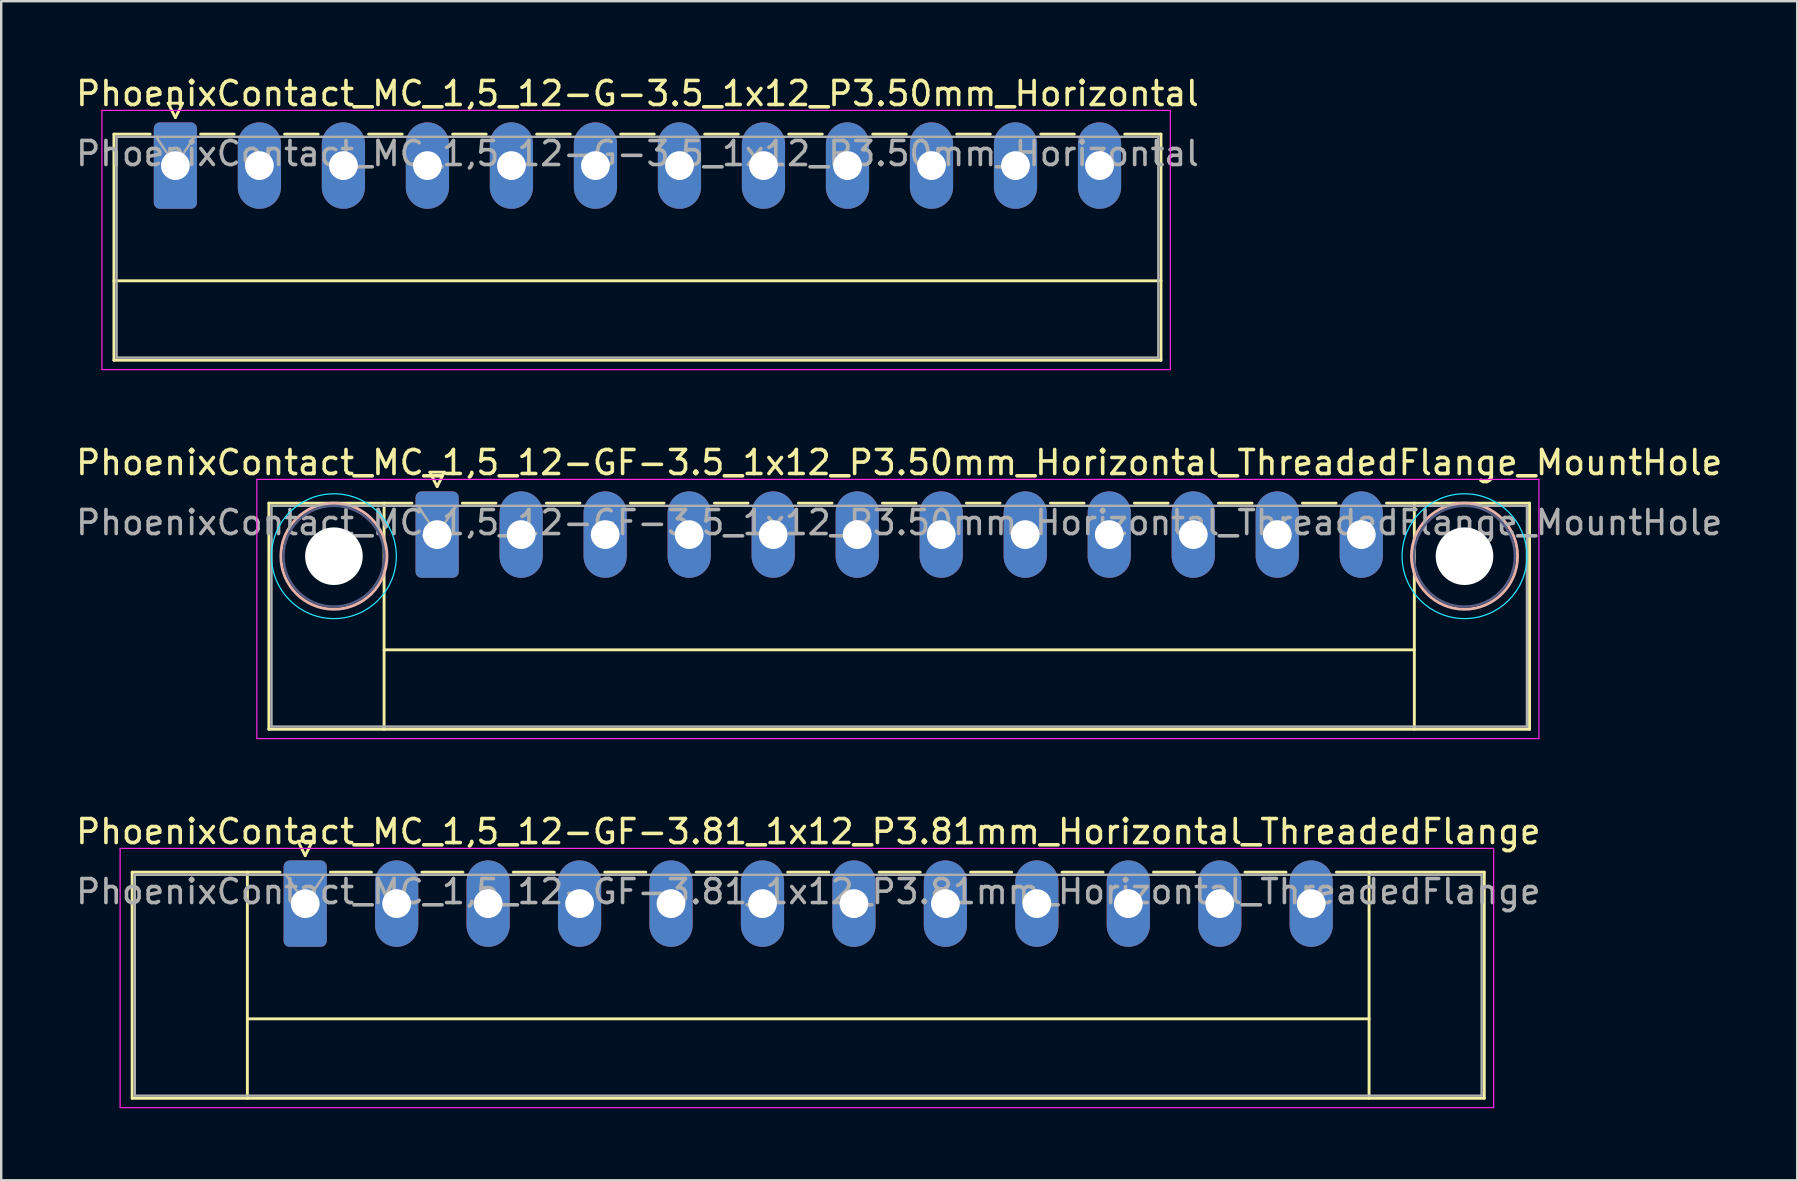
<source format=kicad_pcb>
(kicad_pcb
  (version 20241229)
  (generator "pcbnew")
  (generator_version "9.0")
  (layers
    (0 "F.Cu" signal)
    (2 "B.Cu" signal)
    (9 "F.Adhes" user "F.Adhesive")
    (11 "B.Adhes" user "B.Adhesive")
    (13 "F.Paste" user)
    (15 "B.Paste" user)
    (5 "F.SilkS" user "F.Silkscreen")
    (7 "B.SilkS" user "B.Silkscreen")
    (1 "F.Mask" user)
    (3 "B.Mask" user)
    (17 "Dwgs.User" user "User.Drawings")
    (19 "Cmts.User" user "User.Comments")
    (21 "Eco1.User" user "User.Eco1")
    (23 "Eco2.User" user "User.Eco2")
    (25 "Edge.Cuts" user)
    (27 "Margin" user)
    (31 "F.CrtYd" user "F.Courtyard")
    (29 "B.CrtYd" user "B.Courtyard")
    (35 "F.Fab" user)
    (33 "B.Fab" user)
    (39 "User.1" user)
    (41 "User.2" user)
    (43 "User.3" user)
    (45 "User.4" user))
  (footprint "PhoenixContact_MC_1,5_12-GF-3.5_1x12_P3.50mm_Horizontal_ThreadedFlange_MountHole"
    (layer "F.Cu")
    (at 15.161 19.221)
    (property "Reference" "PhoenixContact_MC_1,5_12-GF-3.5_1x12_P3.50mm_Horizontal_ThreadedFlange_MountHole" (at 19.25 -3 0) (layer "F.SilkS") (effects (font (size 1 1) (thickness 0.15))))
    (attr through_hole)
    (fp_line (start -7.01 -1.31) (end -7.01 8.11) (stroke (width 0.12) (type solid)) (layer "F.SilkS"))
    (fp_line (start -7.01 -1.31) (end -1.05 -1.31) (stroke (width 0.12) (type solid)) (layer "F.SilkS"))
    (fp_line (start -7.01 8.11) (end 45.51 8.11) (stroke (width 0.12) (type solid)) (layer "F.SilkS"))
    (fp_line (start -2.21 -1.31) (end -2.21 8.11) (stroke (width 0.12) (type solid)) (layer "F.SilkS"))
    (fp_line (start -2.21 4.8) (end 40.71 4.8) (stroke (width 0.12) (type solid)) (layer "F.SilkS"))
    (fp_line (start -0.3 -2.6) (end 0.3 -2.6) (stroke (width 0.12) (type solid)) (layer "F.SilkS"))
    (fp_line (start 0 -2) (end -0.3 -2.6) (stroke (width 0.12) (type solid)) (layer "F.SilkS"))
    (fp_line (start 0.3 -2.6) (end 0 -2) (stroke (width 0.12) (type solid)) (layer "F.SilkS"))
    (fp_line (start 1.05 -1.31) (end 2.45 -1.31) (stroke (width 0.12) (type solid)) (layer "F.SilkS"))
    (fp_line (start 4.55 -1.31) (end 5.95 -1.31) (stroke (width 0.12) (type solid)) (layer "F.SilkS"))
    (fp_line (start 8.05 -1.31) (end 9.45 -1.31) (stroke (width 0.12) (type solid)) (layer "F.SilkS"))
    (fp_line (start 11.55 -1.31) (end 12.95 -1.31) (stroke (width 0.12) (type solid)) (layer "F.SilkS"))
    (fp_line (start 15.05 -1.31) (end 16.45 -1.31) (stroke (width 0.12) (type solid)) (layer "F.SilkS"))
    (fp_line (start 18.55 -1.31) (end 19.95 -1.31) (stroke (width 0.12) (type solid)) (layer "F.SilkS"))
    (fp_line (start 22.05 -1.31) (end 23.45 -1.31) (stroke (width 0.12) (type solid)) (layer "F.SilkS"))
    (fp_line (start 25.55 -1.31) (end 26.95 -1.31) (stroke (width 0.12) (type solid)) (layer "F.SilkS"))
    (fp_line (start 29.05 -1.31) (end 30.45 -1.31) (stroke (width 0.12) (type solid)) (layer "F.SilkS"))
    (fp_line (start 32.55 -1.31) (end 33.95 -1.31) (stroke (width 0.12) (type solid)) (layer "F.SilkS"))
    (fp_line (start 36.05 -1.31) (end 37.45 -1.31) (stroke (width 0.12) (type solid)) (layer "F.SilkS"))
    (fp_line (start 40.71 -1.31) (end 40.71 8.11) (stroke (width 0.12) (type solid)) (layer "F.SilkS"))
    (fp_line (start 45.51 -1.31) (end 39.55 -1.31) (stroke (width 0.12) (type solid)) (layer "F.SilkS"))
    (fp_line (start 45.51 8.11) (end 45.51 -1.31) (stroke (width 0.12) (type solid)) (layer "F.SilkS"))
    (fp_circle (center -4.3 0.9) (end -2.09 0.9) (stroke (width 0.12) (type solid)) (fill no) (layer "B.SilkS"))
    (fp_circle (center 42.8 0.9) (end 45.01 0.9) (stroke (width 0.12) (type solid)) (fill no) (layer "B.SilkS"))
    (fp_circle (center -4.3 0.9) (end -1.7 0.9) (stroke (width 0.05) (type solid)) (fill no) (layer "B.CrtYd"))
    (fp_circle (center 42.8 0.9) (end 45.4 0.9) (stroke (width 0.05) (type solid)) (fill no) (layer "B.CrtYd"))
    (fp_line (start -7.51 -2.3) (end -7.51 8.5) (stroke (width 0.05) (type solid)) (layer "F.CrtYd"))
    (fp_line (start -7.51 8.5) (end 45.9 8.5) (stroke (width 0.05) (type solid)) (layer "F.CrtYd"))
    (fp_line (start 45.9 -2.3) (end -7.51 -2.3) (stroke (width 0.05) (type solid)) (layer "F.CrtYd"))
    (fp_line (start 45.9 8.5) (end 45.9 -2.3) (stroke (width 0.05) (type solid)) (layer "F.CrtYd"))
    (fp_circle (center -4.3 0.9) (end -2.2 0.9) (stroke (width 0.1) (type solid)) (fill no) (layer "B.Fab"))
    (fp_circle (center 42.8 0.9) (end 44.9 0.9) (stroke (width 0.1) (type solid)) (fill no) (layer "B.Fab"))
    (fp_line (start -6.9 -1.2) (end -6.9 8) (stroke (width 0.1) (type solid)) (layer "F.Fab"))
    (fp_line (start -6.9 8) (end 45.4 8) (stroke (width 0.1) (type solid)) (layer "F.Fab"))
    (fp_line (start 0 0) (end -0.8 -1.2) (stroke (width 0.1) (type solid)) (layer "F.Fab"))
    (fp_line (start 0.8 -1.2) (end 0 0) (stroke (width 0.1) (type solid)) (layer "F.Fab"))
    (fp_line (start 45.4 -1.2) (end -6.9 -1.2) (stroke (width 0.1) (type solid)) (layer "F.Fab"))
    (fp_line (start 45.4 8) (end 45.4 -1.2) (stroke (width 0.1) (type solid)) (layer "F.Fab"))
    (fp_text user "${REFERENCE}" (at 19.25 -0.5 0) (layer "F.Fab") (effects (font (size 1 1) (thickness 0.15))))
    (pad "" np_thru_hole circle (at -4.3 0.9) (size 2.4 2.4) (drill 2.4) (layers "*.Cu" "*.Mask"))
    (pad "" np_thru_hole circle (at 42.8 0.9) (size 2.4 2.4) (drill 2.4) (layers "*.Cu" "*.Mask"))
    (pad "1" thru_hole roundrect (at 0 0) (size 1.8 3.6) (drill 1.2) (layers "*.Cu" "*.Mask") (roundrect_rratio 0.139))
    (pad "2" thru_hole oval (at 3.5 0) (size 1.8 3.6) (drill 1.2) (layers "*.Cu" "*.Mask"))
    (pad "3" thru_hole oval (at 7 0) (size 1.8 3.6) (drill 1.2) (layers "*.Cu" "*.Mask"))
    (pad "4" thru_hole oval (at 10.5 0) (size 1.8 3.6) (drill 1.2) (layers "*.Cu" "*.Mask"))
    (pad "5" thru_hole oval (at 14 0) (size 1.8 3.6) (drill 1.2) (layers "*.Cu" "*.Mask"))
    (pad "6" thru_hole oval (at 17.5 0) (size 1.8 3.6) (drill 1.2) (layers "*.Cu" "*.Mask"))
    (pad "7" thru_hole oval (at 21 0) (size 1.8 3.6) (drill 1.2) (layers "*.Cu" "*.Mask"))
    (pad "8" thru_hole oval (at 24.5 0) (size 1.8 3.6) (drill 1.2) (layers "*.Cu" "*.Mask"))
    (pad "9" thru_hole oval (at 28 0) (size 1.8 3.6) (drill 1.2) (layers "*.Cu" "*.Mask"))
    (pad "10" thru_hole oval (at 31.5 0) (size 1.8 3.6) (drill 1.2) (layers "*.Cu" "*.Mask"))
    (pad "11" thru_hole oval (at 35 0) (size 1.8 3.6) (drill 1.2) (layers "*.Cu" "*.Mask"))
    (pad "12" thru_hole oval (at 38.5 0) (size 1.8 3.6) (drill 1.2) (layers "*.Cu" "*.Mask")))
  (footprint "PhoenixContact_MC_1,5_12-G-3.5_1x12_P3.50mm_Horizontal"
    (layer "F.Cu")
    (at 4.256 3.848)
    (property "Reference" "PhoenixContact_MC_1,5_12-G-3.5_1x12_P3.50mm_Horizontal" (at 19.25 -3 0) (layer "F.SilkS") (effects (font (size 1 1) (thickness 0.15))))
    (attr through_hole)
    (fp_line (start -2.56 -1.31) (end -2.56 8.11) (stroke (width 0.12) (type solid)) (layer "F.SilkS"))
    (fp_line (start -2.56 -1.31) (end -1.05 -1.31) (stroke (width 0.12) (type solid)) (layer "F.SilkS"))
    (fp_line (start -2.56 4.8) (end 41.06 4.8) (stroke (width 0.12) (type solid)) (layer "F.SilkS"))
    (fp_line (start -2.56 8.11) (end 41.06 8.11) (stroke (width 0.12) (type solid)) (layer "F.SilkS"))
    (fp_line (start -0.3 -2.6) (end 0.3 -2.6) (stroke (width 0.12) (type solid)) (layer "F.SilkS"))
    (fp_line (start 0 -2) (end -0.3 -2.6) (stroke (width 0.12) (type solid)) (layer "F.SilkS"))
    (fp_line (start 0.3 -2.6) (end 0 -2) (stroke (width 0.12) (type solid)) (layer "F.SilkS"))
    (fp_line (start 1.05 -1.31) (end 2.45 -1.31) (stroke (width 0.12) (type solid)) (layer "F.SilkS"))
    (fp_line (start 4.55 -1.31) (end 5.95 -1.31) (stroke (width 0.12) (type solid)) (layer "F.SilkS"))
    (fp_line (start 8.05 -1.31) (end 9.45 -1.31) (stroke (width 0.12) (type solid)) (layer "F.SilkS"))
    (fp_line (start 11.55 -1.31) (end 12.95 -1.31) (stroke (width 0.12) (type solid)) (layer "F.SilkS"))
    (fp_line (start 15.05 -1.31) (end 16.45 -1.31) (stroke (width 0.12) (type solid)) (layer "F.SilkS"))
    (fp_line (start 18.55 -1.31) (end 19.95 -1.31) (stroke (width 0.12) (type solid)) (layer "F.SilkS"))
    (fp_line (start 22.05 -1.31) (end 23.45 -1.31) (stroke (width 0.12) (type solid)) (layer "F.SilkS"))
    (fp_line (start 25.55 -1.31) (end 26.95 -1.31) (stroke (width 0.12) (type solid)) (layer "F.SilkS"))
    (fp_line (start 29.05 -1.31) (end 30.45 -1.31) (stroke (width 0.12) (type solid)) (layer "F.SilkS"))
    (fp_line (start 32.55 -1.31) (end 33.95 -1.31) (stroke (width 0.12) (type solid)) (layer "F.SilkS"))
    (fp_line (start 36.05 -1.31) (end 37.45 -1.31) (stroke (width 0.12) (type solid)) (layer "F.SilkS"))
    (fp_line (start 41.06 -1.31) (end 39.55 -1.31) (stroke (width 0.12) (type solid)) (layer "F.SilkS"))
    (fp_line (start 41.06 8.11) (end 41.06 -1.31) (stroke (width 0.12) (type solid)) (layer "F.SilkS"))
    (fp_line (start -3.06 -2.3) (end -3.06 8.5) (stroke (width 0.05) (type solid)) (layer "F.CrtYd"))
    (fp_line (start -3.06 8.5) (end 41.45 8.5) (stroke (width 0.05) (type solid)) (layer "F.CrtYd"))
    (fp_line (start 41.45 -2.3) (end -3.06 -2.3) (stroke (width 0.05) (type solid)) (layer "F.CrtYd"))
    (fp_line (start 41.45 8.5) (end 41.45 -2.3) (stroke (width 0.05) (type solid)) (layer "F.CrtYd"))
    (fp_line (start -2.45 -1.2) (end -2.45 8) (stroke (width 0.1) (type solid)) (layer "F.Fab"))
    (fp_line (start -2.45 8) (end 40.95 8) (stroke (width 0.1) (type solid)) (layer "F.Fab"))
    (fp_line (start 0 0) (end -0.8 -1.2) (stroke (width 0.1) (type solid)) (layer "F.Fab"))
    (fp_line (start 0.8 -1.2) (end 0 0) (stroke (width 0.1) (type solid)) (layer "F.Fab"))
    (fp_line (start 40.95 -1.2) (end -2.45 -1.2) (stroke (width 0.1) (type solid)) (layer "F.Fab"))
    (fp_line (start 40.95 8) (end 40.95 -1.2) (stroke (width 0.1) (type solid)) (layer "F.Fab"))
    (fp_text user "${REFERENCE}" (at 19.25 -0.5 0) (layer "F.Fab") (effects (font (size 1 1) (thickness 0.15))))
    (pad "1" thru_hole roundrect (at 0 0) (size 1.8 3.6) (drill 1.2) (layers "*.Cu" "*.Mask") (roundrect_rratio 0.139))
    (pad "2" thru_hole oval (at 3.5 0) (size 1.8 3.6) (drill 1.2) (layers "*.Cu" "*.Mask"))
    (pad "3" thru_hole oval (at 7 0) (size 1.8 3.6) (drill 1.2) (layers "*.Cu" "*.Mask"))
    (pad "4" thru_hole oval (at 10.5 0) (size 1.8 3.6) (drill 1.2) (layers "*.Cu" "*.Mask"))
    (pad "5" thru_hole oval (at 14 0) (size 1.8 3.6) (drill 1.2) (layers "*.Cu" "*.Mask"))
    (pad "6" thru_hole oval (at 17.5 0) (size 1.8 3.6) (drill 1.2) (layers "*.Cu" "*.Mask"))
    (pad "7" thru_hole oval (at 21 0) (size 1.8 3.6) (drill 1.2) (layers "*.Cu" "*.Mask"))
    (pad "8" thru_hole oval (at 24.5 0) (size 1.8 3.6) (drill 1.2) (layers "*.Cu" "*.Mask"))
    (pad "9" thru_hole oval (at 28 0) (size 1.8 3.6) (drill 1.2) (layers "*.Cu" "*.Mask"))
    (pad "10" thru_hole oval (at 31.5 0) (size 1.8 3.6) (drill 1.2) (layers "*.Cu" "*.Mask"))
    (pad "11" thru_hole oval (at 35 0) (size 1.8 3.6) (drill 1.2) (layers "*.Cu" "*.Mask"))
    (pad "12" thru_hole oval (at 38.5 0) (size 1.8 3.6) (drill 1.2) (layers "*.Cu" "*.Mask")))
  (footprint "PhoenixContact_MC_1,5_12-GF-3.81_1x12_P3.81mm_Horizontal_ThreadedFlange"
    (layer "F.Cu")
    (at 9.665 34.595)
    (property "Reference" "PhoenixContact_MC_1,5_12-GF-3.81_1x12_P3.81mm_Horizontal_ThreadedFlange" (at 20.96 -3 0) (layer "F.SilkS") (effects (font (size 1 1) (thickness 0.15))))
    (attr through_hole)
    (fp_line (start -7.21 -1.31) (end -7.21 8.11) (stroke (width 0.12) (type solid)) (layer "F.SilkS"))
    (fp_line (start -7.21 -1.31) (end -1.05 -1.31) (stroke (width 0.12) (type solid)) (layer "F.SilkS"))
    (fp_line (start -7.21 8.11) (end 49.12 8.11) (stroke (width 0.12) (type solid)) (layer "F.SilkS"))
    (fp_line (start -2.41 -1.31) (end -2.41 8.11) (stroke (width 0.12) (type solid)) (layer "F.SilkS"))
    (fp_line (start -2.41 4.8) (end 44.32 4.8) (stroke (width 0.12) (type solid)) (layer "F.SilkS"))
    (fp_line (start -0.3 -2.6) (end 0.3 -2.6) (stroke (width 0.12) (type solid)) (layer "F.SilkS"))
    (fp_line (start 0 -2) (end -0.3 -2.6) (stroke (width 0.12) (type solid)) (layer "F.SilkS"))
    (fp_line (start 0.3 -2.6) (end 0 -2) (stroke (width 0.12) (type solid)) (layer "F.SilkS"))
    (fp_line (start 1.05 -1.31) (end 2.76 -1.31) (stroke (width 0.12) (type solid)) (layer "F.SilkS"))
    (fp_line (start 4.86 -1.31) (end 6.57 -1.31) (stroke (width 0.12) (type solid)) (layer "F.SilkS"))
    (fp_line (start 8.67 -1.31) (end 10.38 -1.31) (stroke (width 0.12) (type solid)) (layer "F.SilkS"))
    (fp_line (start 12.48 -1.31) (end 14.19 -1.31) (stroke (width 0.12) (type solid)) (layer "F.SilkS"))
    (fp_line (start 16.29 -1.31) (end 18 -1.31) (stroke (width 0.12) (type solid)) (layer "F.SilkS"))
    (fp_line (start 20.1 -1.31) (end 21.81 -1.31) (stroke (width 0.12) (type solid)) (layer "F.SilkS"))
    (fp_line (start 23.91 -1.31) (end 25.62 -1.31) (stroke (width 0.12) (type solid)) (layer "F.SilkS"))
    (fp_line (start 27.72 -1.31) (end 29.43 -1.31) (stroke (width 0.12) (type solid)) (layer "F.SilkS"))
    (fp_line (start 31.53 -1.31) (end 33.24 -1.31) (stroke (width 0.12) (type solid)) (layer "F.SilkS"))
    (fp_line (start 35.34 -1.31) (end 37.05 -1.31) (stroke (width 0.12) (type solid)) (layer "F.SilkS"))
    (fp_line (start 39.15 -1.31) (end 40.86 -1.31) (stroke (width 0.12) (type solid)) (layer "F.SilkS"))
    (fp_line (start 44.32 -1.31) (end 44.32 8.11) (stroke (width 0.12) (type solid)) (layer "F.SilkS"))
    (fp_line (start 49.12 -1.31) (end 42.96 -1.31) (stroke (width 0.12) (type solid)) (layer "F.SilkS"))
    (fp_line (start 49.12 8.11) (end 49.12 -1.31) (stroke (width 0.12) (type solid)) (layer "F.SilkS"))
    (fp_line (start -7.71 -2.3) (end -7.71 8.5) (stroke (width 0.05) (type solid)) (layer "F.CrtYd"))
    (fp_line (start -7.71 8.5) (end 49.51 8.5) (stroke (width 0.05) (type solid)) (layer "F.CrtYd"))
    (fp_line (start 49.51 -2.3) (end -7.71 -2.3) (stroke (width 0.05) (type solid)) (layer "F.CrtYd"))
    (fp_line (start 49.51 8.5) (end 49.51 -2.3) (stroke (width 0.05) (type solid)) (layer "F.CrtYd"))
    (fp_line (start -7.1 -1.2) (end -7.1 8) (stroke (width 0.1) (type solid)) (layer "F.Fab"))
    (fp_line (start -7.1 8) (end 49.01 8) (stroke (width 0.1) (type solid)) (layer "F.Fab"))
    (fp_line (start 0 0) (end -0.8 -1.2) (stroke (width 0.1) (type solid)) (layer "F.Fab"))
    (fp_line (start 0.8 -1.2) (end 0 0) (stroke (width 0.1) (type solid)) (layer "F.Fab"))
    (fp_line (start 49.01 -1.2) (end -7.1 -1.2) (stroke (width 0.1) (type solid)) (layer "F.Fab"))
    (fp_line (start 49.01 8) (end 49.01 -1.2) (stroke (width 0.1) (type solid)) (layer "F.Fab"))
    (fp_text user "${REFERENCE}" (at 20.96 -0.5 0) (layer "F.Fab") (effects (font (size 1 1) (thickness 0.15))))
    (pad "1" thru_hole roundrect (at 0 0) (size 1.8 3.6) (drill 1.2) (layers "*.Cu" "*.Mask") (roundrect_rratio 0.139))
    (pad "2" thru_hole oval (at 3.81 0) (size 1.8 3.6) (drill 1.2) (layers "*.Cu" "*.Mask"))
    (pad "3" thru_hole oval (at 7.62 0) (size 1.8 3.6) (drill 1.2) (layers "*.Cu" "*.Mask"))
    (pad "4" thru_hole oval (at 11.43 0) (size 1.8 3.6) (drill 1.2) (layers "*.Cu" "*.Mask"))
    (pad "5" thru_hole oval (at 15.24 0) (size 1.8 3.6) (drill 1.2) (layers "*.Cu" "*.Mask"))
    (pad "6" thru_hole oval (at 19.05 0) (size 1.8 3.6) (drill 1.2) (layers "*.Cu" "*.Mask"))
    (pad "7" thru_hole oval (at 22.86 0) (size 1.8 3.6) (drill 1.2) (layers "*.Cu" "*.Mask"))
    (pad "8" thru_hole oval (at 26.67 0) (size 1.8 3.6) (drill 1.2) (layers "*.Cu" "*.Mask"))
    (pad "9" thru_hole oval (at 30.48 0) (size 1.8 3.6) (drill 1.2) (layers "*.Cu" "*.Mask"))
    (pad "10" thru_hole oval (at 34.29 0) (size 1.8 3.6) (drill 1.2) (layers "*.Cu" "*.Mask"))
    (pad "11" thru_hole oval (at 38.1 0) (size 1.8 3.6) (drill 1.2) (layers "*.Cu" "*.Mask"))
    (pad "12" thru_hole oval (at 41.91 0) (size 1.8 3.6) (drill 1.2) (layers "*.Cu" "*.Mask")))
  (gr_rect
    (start -3 -3)
    (end 71.821 46.12)
    (stroke (width 0.1) (type default))
    (fill no)
    (layer "Edge.Cuts")))
</source>
